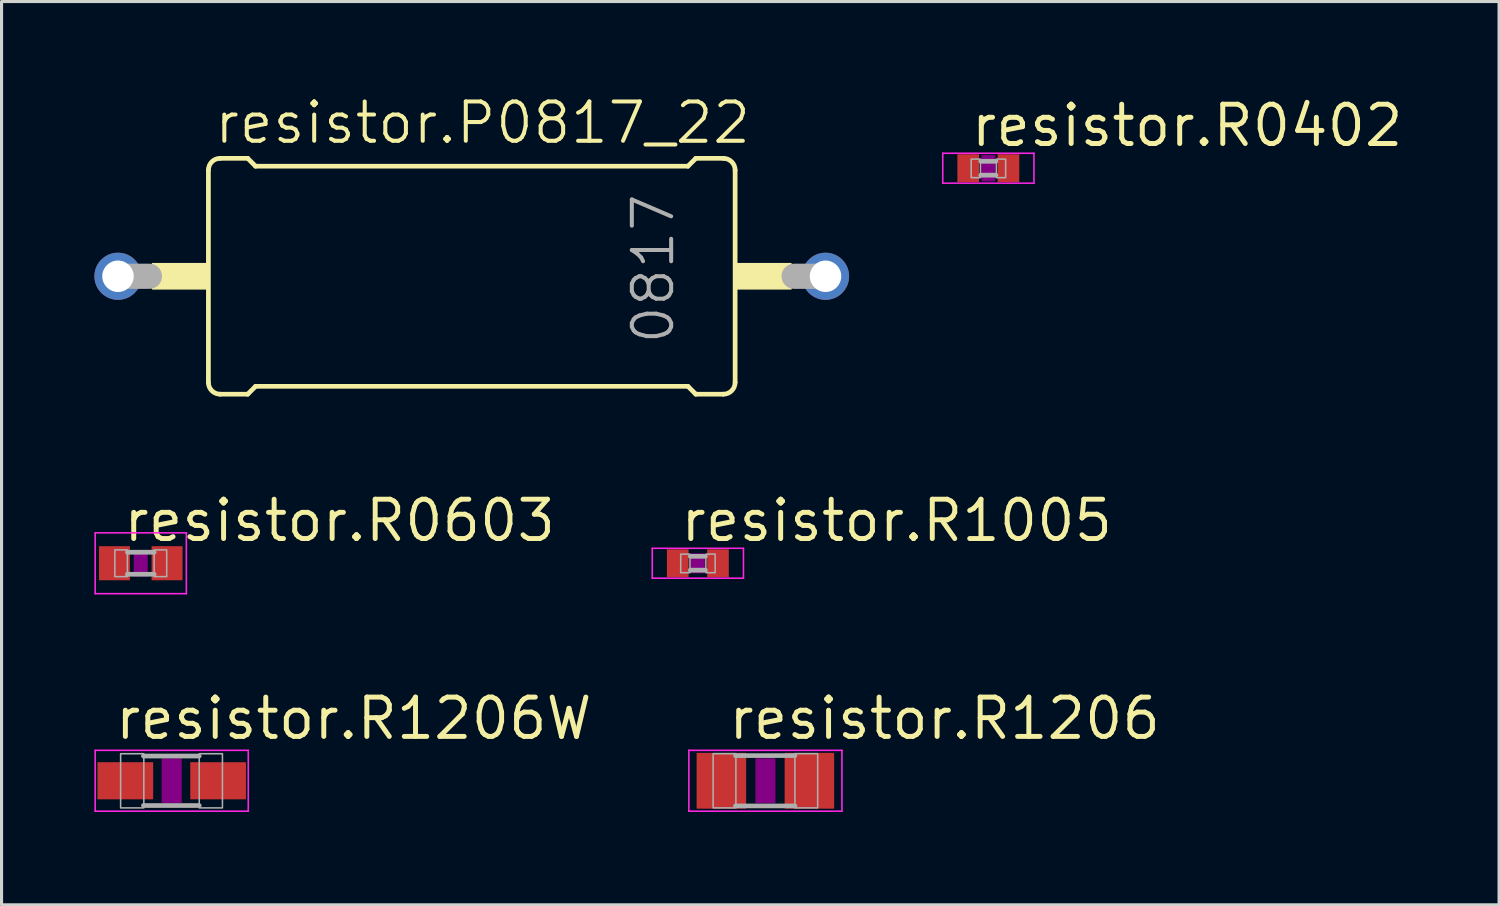
<source format=kicad_pcb>
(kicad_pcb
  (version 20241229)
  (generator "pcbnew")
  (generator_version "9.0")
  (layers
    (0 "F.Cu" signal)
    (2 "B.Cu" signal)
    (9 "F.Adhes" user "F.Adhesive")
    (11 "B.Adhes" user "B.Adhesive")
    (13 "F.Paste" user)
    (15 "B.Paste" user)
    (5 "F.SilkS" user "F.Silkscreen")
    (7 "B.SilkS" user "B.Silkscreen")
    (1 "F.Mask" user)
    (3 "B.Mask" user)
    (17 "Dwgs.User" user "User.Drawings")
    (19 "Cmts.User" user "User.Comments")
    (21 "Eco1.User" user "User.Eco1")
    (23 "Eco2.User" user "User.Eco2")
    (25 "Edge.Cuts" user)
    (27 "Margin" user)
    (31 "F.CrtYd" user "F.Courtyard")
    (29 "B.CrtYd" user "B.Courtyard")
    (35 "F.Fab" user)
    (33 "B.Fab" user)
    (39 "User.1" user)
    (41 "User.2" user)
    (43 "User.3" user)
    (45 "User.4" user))
  (footprint "resistor.R0603"
    (layer "F.Cu")
    (at 1.498 15.148)
    (property "Reference" "resistor.R0603" (at -0.635 -0.635 0) (layer "F.SilkS") (effects (font (size 1.27 1.27) (thickness 0.16)) (justify left bottom)))
    (attr smd)
    (fp_rect (start -0.2 0.4) (end 0.2 -0.4) (stroke (width 0.05) (type default)) (fill yes) (layer "F.Adhes"))
    (fp_line (start -1.473 -0.983) (end 1.473 -0.983) (stroke (width 0.051) (type default)) (layer "F.CrtYd"))
    (fp_line (start -1.473 0.983) (end -1.473 -0.983) (stroke (width 0.051) (type default)) (layer "F.CrtYd"))
    (fp_line (start 1.473 -0.983) (end 1.473 0.983) (stroke (width 0.051) (type default)) (layer "F.CrtYd"))
    (fp_line (start 1.473 0.983) (end -1.473 0.983) (stroke (width 0.051) (type default)) (layer "F.CrtYd"))
    (fp_line (start -0.432 0.356) (end 0.432 0.356) (stroke (width 0.152) (type default)) (layer "F.Fab"))
    (fp_line (start 0.432 -0.356) (end -0.432 -0.356) (stroke (width 0.152) (type default)) (layer "F.Fab"))
    (fp_rect (start -0.838 0.432) (end -0.432 -0.432) (stroke (width 0.05) (type default)) (fill no) (layer "F.Fab"))
    (fp_rect (start 0.432 0.432) (end 0.838 -0.432) (stroke (width 0.05) (type default)) (fill no) (layer "F.Fab"))
    (pad "1" smd roundrect (at -0.85 0) (size 1 1.1) (layers "F.Cu" "F.Mask" "F.Paste") (roundrect_rratio 0.01))
    (pad "2" smd roundrect (at 0.85 0) (size 1 1.1) (layers "F.Cu" "F.Mask" "F.Paste") (roundrect_rratio 0.01)))
  (footprint "resistor.R0402"
    (layer "F.Cu")
    (at 28.882 2.385)
    (property "Reference" "resistor.R0402" (at -0.635 -0.635 0) (layer "F.SilkS") (effects (font (size 1.27 1.27) (thickness 0.16)) (justify left bottom)))
    (attr smd)
    (fp_rect (start -0.2 0.4) (end 0.2 -0.4) (stroke (width 0.05) (type default)) (fill yes) (layer "F.Adhes"))
    (fp_line (start -1.473 -0.483) (end 1.473 -0.483) (stroke (width 0.051) (type default)) (layer "F.CrtYd"))
    (fp_line (start -1.473 0.483) (end -1.473 -0.483) (stroke (width 0.051) (type default)) (layer "F.CrtYd"))
    (fp_line (start 1.473 -0.483) (end 1.473 0.483) (stroke (width 0.051) (type default)) (layer "F.CrtYd"))
    (fp_line (start 1.473 0.483) (end -1.473 0.483) (stroke (width 0.051) (type default)) (layer "F.CrtYd"))
    (fp_line (start -0.245 -0.224) (end 0.245 -0.224) (stroke (width 0.152) (type default)) (layer "F.Fab"))
    (fp_line (start 0.245 0.224) (end -0.245 0.224) (stroke (width 0.152) (type default)) (layer "F.Fab"))
    (fp_rect (start -0.554 0.305) (end -0.254 -0.295) (stroke (width 0.05) (type default)) (fill no) (layer "F.Fab"))
    (fp_rect (start 0.259 0.305) (end 0.559 -0.295) (stroke (width 0.05) (type default)) (fill no) (layer "F.Fab"))
    (pad "1" smd roundrect (at -0.65 0) (size 0.7 0.9) (layers "F.Cu" "F.Mask" "F.Paste") (roundrect_rratio 0.01))
    (pad "2" smd roundrect (at 0.65 0) (size 0.7 0.9) (layers "F.Cu" "F.Mask" "F.Paste") (roundrect_rratio 0.01)))
  (footprint "resistor.R1206"
    (layer "F.Cu")
    (at 21.679 22.176)
    (property "Reference" "resistor.R1206" (at -1.27 -1.27 0) (layer "F.SilkS") (effects (font (size 1.27 1.27) (thickness 0.16)) (justify left bottom)))
    (attr smd)
    (fp_rect (start -0.3 0.7) (end 0.3 -0.7) (stroke (width 0.05) (type default)) (fill yes) (layer "F.Adhes"))
    (fp_line (start -2.473 -0.983) (end 2.473 -0.983) (stroke (width 0.051) (type default)) (layer "F.CrtYd"))
    (fp_line (start -2.473 0.983) (end -2.473 -0.983) (stroke (width 0.051) (type default)) (layer "F.CrtYd"))
    (fp_line (start 2.473 -0.983) (end 2.473 0.983) (stroke (width 0.051) (type default)) (layer "F.CrtYd"))
    (fp_line (start 2.473 0.983) (end -2.473 0.983) (stroke (width 0.051) (type default)) (layer "F.CrtYd"))
    (fp_line (start 0.953 -0.813) (end -0.965 -0.813) (stroke (width 0.152) (type default)) (layer "F.Fab"))
    (fp_line (start 0.953 0.813) (end -0.965 0.813) (stroke (width 0.152) (type default)) (layer "F.Fab"))
    (fp_rect (start -1.689 0.876) (end -0.953 -0.876) (stroke (width 0.05) (type default)) (fill no) (layer "F.Fab"))
    (fp_rect (start 0.953 0.876) (end 1.689 -0.876) (stroke (width 0.05) (type default)) (fill no) (layer "F.Fab"))
    (pad "1" smd roundrect (at -1.422 0) (size 1.6 1.803) (layers "F.Cu" "F.Mask" "F.Paste") (roundrect_rratio 0.01))
    (pad "2" smd roundrect (at 1.422 0) (size 1.6 1.803) (layers "F.Cu" "F.Mask" "F.Paste") (roundrect_rratio 0.01)))
  (footprint "resistor.P0817_22"
    (layer "F.Cu")
    (at 12.192 5.876)
    (property "Reference" "resistor.P0817_22" (at -8.382 -4.216 0) (layer "F.SilkS") (effects (font (size 1.27 1.27) (thickness 0.13)) (justify left bottom)))
    (attr through_hole)
    (fp_line (start -8.509 3.429) (end -8.509 -3.429) (stroke (width 0.152) (type default)) (layer "F.SilkS"))
    (fp_line (start -8.128 -3.81) (end -7.239 -3.81) (stroke (width 0.152) (type default)) (layer "F.SilkS"))
    (fp_line (start -8.128 3.81) (end -7.239 3.81) (stroke (width 0.152) (type default)) (layer "F.SilkS"))
    (fp_line (start -6.985 -3.556) (end -7.239 -3.81) (stroke (width 0.152) (type default)) (layer "F.SilkS"))
    (fp_line (start -6.985 3.556) (end -7.239 3.81) (stroke (width 0.152) (type default)) (layer "F.SilkS"))
    (fp_line (start 6.985 -3.556) (end -6.985 -3.556) (stroke (width 0.152) (type default)) (layer "F.SilkS"))
    (fp_line (start 6.985 -3.556) (end 7.239 -3.81) (stroke (width 0.152) (type default)) (layer "F.SilkS"))
    (fp_line (start 6.985 3.556) (end -6.985 3.556) (stroke (width 0.152) (type default)) (layer "F.SilkS"))
    (fp_line (start 6.985 3.556) (end 7.239 3.81) (stroke (width 0.152) (type default)) (layer "F.SilkS"))
    (fp_line (start 8.128 -3.81) (end 7.239 -3.81) (stroke (width 0.152) (type default)) (layer "F.SilkS"))
    (fp_line (start 8.128 3.81) (end 7.239 3.81) (stroke (width 0.152) (type default)) (layer "F.SilkS"))
    (fp_line (start 8.509 3.429) (end 8.509 -3.429) (stroke (width 0.152) (type default)) (layer "F.SilkS"))
    (fp_rect (start -10.312 0.406) (end -8.509 -0.406) (stroke (width 0.05) (type default)) (fill yes) (layer "F.SilkS"))
    (fp_rect (start 8.509 0.406) (end 10.312 -0.406) (stroke (width 0.05) (type default)) (fill yes) (layer "F.SilkS"))
    (fp_arc (start -8.509 -3.429) (mid -8.397408 -3.698408) (end -8.128 -3.81) (stroke (width 0.1524) (type default)) (layer "F.SilkS"))
    (fp_arc (start -8.128 3.81) (mid -8.397408 3.698408) (end -8.509 3.429) (stroke (width 0.1524) (type default)) (layer "F.SilkS"))
    (fp_arc (start 8.128 -3.81) (mid 8.397408 -3.698408) (end 8.509 -3.429) (stroke (width 0.1524) (type default)) (layer "F.SilkS"))
    (fp_arc (start 8.509 3.429) (mid 8.397408 3.698408) (end 8.128 3.81) (stroke (width 0.1524) (type default)) (layer "F.SilkS"))
    (fp_line (start -10.414 0) (end -11.43 0) (stroke (width 0.813) (type default)) (layer "F.Fab"))
    (fp_line (start 11.43 0) (end 10.414 0) (stroke (width 0.813) (type default)) (layer "F.Fab"))
    (fp_text user "0817" (at 6.604 2.261 90) (layer "F.Fab") (effects (font (size 1.27 1.27) (thickness 0.13)) (justify left bottom)))
    (pad "1" thru_hole circle (at -11.43 0) (size 1.524 1.524) (drill 1.016) (layers "*.Cu" "*.Mask"))
    (pad "2" thru_hole circle (at 11.43 0) (size 1.524 1.524) (drill 1.016) (layers "*.Cu" "*.Mask")))
  (footprint "resistor.R1206W"
    (layer "F.Cu")
    (at 2.498 22.176)
    (property "Reference" "resistor.R1206W" (at -1.905 -1.27 0) (layer "F.SilkS") (effects (font (size 1.27 1.27) (thickness 0.16)) (justify left bottom)))
    (attr smd)
    (fp_rect (start -0.3 0.7) (end 0.3 -0.7) (stroke (width 0.05) (type default)) (fill yes) (layer "F.Adhes"))
    (fp_line (start -2.473 -0.983) (end 2.473 -0.983) (stroke (width 0.051) (type default)) (layer "F.CrtYd"))
    (fp_line (start -2.473 0.983) (end -2.473 -0.983) (stroke (width 0.051) (type default)) (layer "F.CrtYd"))
    (fp_line (start 2.473 -0.983) (end 2.473 0.983) (stroke (width 0.051) (type default)) (layer "F.CrtYd"))
    (fp_line (start 2.473 0.983) (end -2.473 0.983) (stroke (width 0.051) (type default)) (layer "F.CrtYd"))
    (fp_line (start -0.913 -0.8) (end 0.888 -0.8) (stroke (width 0.152) (type default)) (layer "F.Fab"))
    (fp_line (start -0.913 0.8) (end 0.888 0.8) (stroke (width 0.152) (type default)) (layer "F.Fab"))
    (fp_rect (start -1.651 0.876) (end -0.901 -0.874) (stroke (width 0.05) (type default)) (fill no) (layer "F.Fab"))
    (fp_rect (start 0.889 0.876) (end 1.639 -0.874) (stroke (width 0.05) (type default)) (fill no) (layer "F.Fab"))
    (pad "1" smd roundrect (at -1.499 0) (size 1.8 1.2) (layers "F.Cu" "F.Mask" "F.Paste") (roundrect_rratio 0.01))
    (pad "2" smd roundrect (at 1.499 0) (size 1.8 1.2) (layers "F.Cu" "F.Mask" "F.Paste") (roundrect_rratio 0.01)))
  (footprint "resistor.R1005"
    (layer "F.Cu")
    (at 19.497 15.148)
    (property "Reference" "resistor.R1005" (at -0.635 -0.635 0) (layer "F.SilkS") (effects (font (size 1.27 1.27) (thickness 0.16)) (justify left bottom)))
    (attr smd)
    (fp_rect (start -0.2 0.3) (end 0.2 -0.3) (stroke (width 0.05) (type default)) (fill yes) (layer "F.Adhes"))
    (fp_line (start -1.473 -0.483) (end 1.473 -0.483) (stroke (width 0.051) (type default)) (layer "F.CrtYd"))
    (fp_line (start -1.473 0.483) (end -1.473 -0.483) (stroke (width 0.051) (type default)) (layer "F.CrtYd"))
    (fp_line (start 1.473 -0.483) (end 1.473 0.483) (stroke (width 0.051) (type default)) (layer "F.CrtYd"))
    (fp_line (start 1.473 0.483) (end -1.473 0.483) (stroke (width 0.051) (type default)) (layer "F.CrtYd"))
    (fp_line (start -0.245 -0.224) (end 0.245 -0.224) (stroke (width 0.152) (type default)) (layer "F.Fab"))
    (fp_line (start 0.245 0.224) (end -0.245 0.224) (stroke (width 0.152) (type default)) (layer "F.Fab"))
    (fp_rect (start -0.554 0.305) (end -0.254 -0.295) (stroke (width 0.05) (type default)) (fill no) (layer "F.Fab"))
    (fp_rect (start 0.259 0.305) (end 0.559 -0.295) (stroke (width 0.05) (type default)) (fill no) (layer "F.Fab"))
    (pad "1" smd roundrect (at -0.65 0) (size 0.7 0.9) (layers "F.Cu" "F.Mask" "F.Paste") (roundrect_rratio 0.01))
    (pad "2" smd roundrect (at 0.65 0) (size 0.7 0.9) (layers "F.Cu" "F.Mask" "F.Paste") (roundrect_rratio 0.01)))
  (gr_rect
    (start -3 -3)
    (end 45.383 26.184)
    (stroke (width 0.1) (type default))
    (fill no)
    (layer "Edge.Cuts")))
</source>
